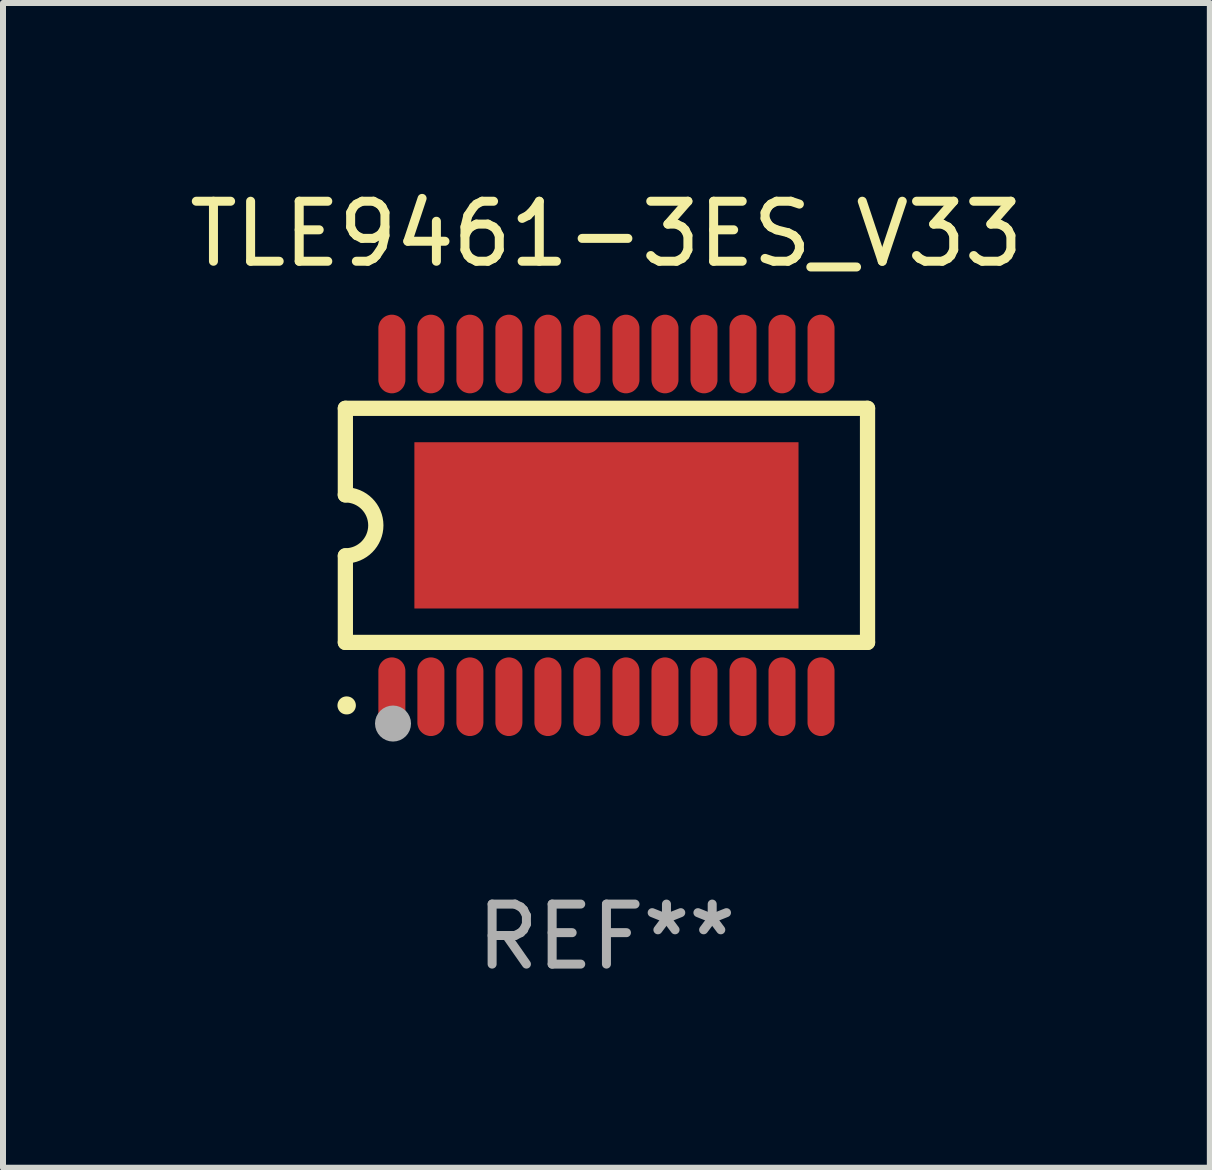
<source format=kicad_pcb>
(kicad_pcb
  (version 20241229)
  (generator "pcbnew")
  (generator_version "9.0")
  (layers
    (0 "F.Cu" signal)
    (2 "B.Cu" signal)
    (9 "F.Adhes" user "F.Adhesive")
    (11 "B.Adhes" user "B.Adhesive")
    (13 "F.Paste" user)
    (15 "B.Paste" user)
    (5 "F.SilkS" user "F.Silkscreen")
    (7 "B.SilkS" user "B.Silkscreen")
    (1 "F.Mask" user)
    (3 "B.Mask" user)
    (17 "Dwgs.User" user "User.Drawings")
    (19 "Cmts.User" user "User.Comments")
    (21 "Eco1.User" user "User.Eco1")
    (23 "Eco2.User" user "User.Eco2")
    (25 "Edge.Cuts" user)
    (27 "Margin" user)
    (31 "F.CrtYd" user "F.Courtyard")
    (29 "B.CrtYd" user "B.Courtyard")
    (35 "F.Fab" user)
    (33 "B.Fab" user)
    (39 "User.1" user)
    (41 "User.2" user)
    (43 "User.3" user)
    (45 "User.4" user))
  (footprint "TLE9461-3ES_V33"
    (layer "F.Cu")
    (at 7.054 5.703)
    (property "Reference" "TLE9461-3ES_V33" (at 0 -4.855 0) (layer "F.SilkS") (effects (font (size 1 1) (thickness 0.15))))
    (attr through_hole)
    (fp_line (start -4.35 -1.95) (end -4.35 -0.508) (stroke (width 0.254) (type solid)) (layer "F.SilkS"))
    (fp_line (start -4.35 -1.95) (end 4.35 -1.95) (stroke (width 0.254) (type solid)) (layer "F.SilkS"))
    (fp_line (start -4.35 1.95) (end -4.35 0.508) (stroke (width 0.254) (type solid)) (layer "F.SilkS"))
    (fp_line (start -4.35 1.95) (end 4.35 1.95) (stroke (width 0.254) (type solid)) (layer "F.SilkS"))
    (fp_line (start 4.35 -1.95) (end 4.35 1.95) (stroke (width 0.254) (type solid)) (layer "F.SilkS"))
    (fp_arc (start -4.351028 -0.508) (mid -3.843028 -0.000507) (end -4.350013 0.508001) (stroke (width 0.254001) (type solid)) (layer "F.SilkS"))
    (fp_arc (start -4.331656 2.999858) (mid -4.328332 2.999895) (end -4.325009 3.000005) (stroke (width 0.3) (type solid)) (layer "F.SilkS"))
    (fp_circle (center -4.325 3) (end -4.295 3) (stroke (width 0.06) (type solid)) (fill no) (layer "F.SilkS"))
    (fp_circle (center -3.556 3.302) (end -3.406 3.302) (stroke (width 0.3) (type solid)) (fill no) (layer "F.Fab"))
    (fp_text user "REF**" (at 0 6.855 0) (layer "F.Fab") (effects (font (size 1 1) (thickness 0.15))))
    (pad "1" smd custom (at -3.575 2.855 180) (size 0.45 1.31) (layers "F.Cu" "F.Mask" "F.Paste") (options (anchor circle)) (primitives (gr_poly (pts (xy -0.225 -0.43) (xy -0.224 -0.455) (xy -0.219 -0.48) (xy -0.212 -0.504) (xy -0.203 -0.528) (xy -0.19 -0.55) (xy -0.176 -0.57) (xy -0.159 -0.589) (xy -0.14 -0.606) (xy -0.12 -0.62) (xy -0.098 -0.633) (xy -0.074 -0.642) (xy -0.05 -0.649) (xy -0.025 -0.654) (xy 0.000051 -0.655) (xy 0.025 -0.654) (xy 0.05 -0.649) (xy 0.074 -0.642) (xy 0.098 -0.633) (xy 0.12 -0.62) (xy 0.14 -0.606) (xy 0.159 -0.589) (xy 0.176 -0.57) (xy 0.191 -0.55) (xy 0.203 -0.528) (xy 0.212 -0.504) (xy 0.219 -0.48) (xy 0.224 -0.455) (xy 0.225 -0.43) (xy 0.225 0.43) (xy 0.224 0.455) (xy 0.219 0.48) (xy 0.212 0.504) (xy 0.203 0.528) (xy 0.191 0.55) (xy 0.176 0.57) (xy 0.159 0.589) (xy 0.14 0.606) (xy 0.12 0.621) (xy 0.098 0.633) (xy 0.074 0.642) (xy 0.05 0.649) (xy 0.025 0.654) (xy 0.000051 0.655) (xy -0.025 0.654) (xy -0.05 0.649) (xy -0.074 0.642) (xy -0.098 0.633) (xy -0.12 0.621) (xy -0.14 0.606) (xy -0.159 0.589) (xy -0.176 0.57) (xy -0.19 0.55) (xy -0.203 0.528) (xy -0.212 0.504) (xy -0.219 0.48) (xy -0.224 0.455) (xy -0.225 0.43)) (width 0) (fill yes))))
    (pad "2" smd custom (at -2.925 2.855 180) (size 0.45 1.31) (layers "F.Cu" "F.Mask" "F.Paste") (options (anchor circle)) (primitives (gr_poly (pts (xy -0.225 -0.43) (xy -0.224 -0.455) (xy -0.219 -0.48) (xy -0.212 -0.504) (xy -0.203 -0.528) (xy -0.19 -0.55) (xy -0.176 -0.57) (xy -0.159 -0.589) (xy -0.14 -0.606) (xy -0.12 -0.62) (xy -0.098 -0.633) (xy -0.074 -0.642) (xy -0.05 -0.649) (xy -0.025 -0.654) (xy 0.000076 -0.655) (xy 0.025 -0.654) (xy 0.05 -0.649) (xy 0.074 -0.642) (xy 0.098 -0.633) (xy 0.12 -0.62) (xy 0.14 -0.606) (xy 0.159 -0.589) (xy 0.176 -0.57) (xy 0.191 -0.55) (xy 0.203 -0.528) (xy 0.212 -0.504) (xy 0.219 -0.48) (xy 0.224 -0.455) (xy 0.225 -0.43) (xy 0.225 0.43) (xy 0.224 0.455) (xy 0.219 0.48) (xy 0.212 0.504) (xy 0.203 0.528) (xy 0.191 0.55) (xy 0.176 0.57) (xy 0.159 0.589) (xy 0.14 0.606) (xy 0.12 0.621) (xy 0.098 0.633) (xy 0.074 0.642) (xy 0.05 0.649) (xy 0.025 0.654) (xy 0.000076 0.655) (xy -0.025 0.654) (xy -0.05 0.649) (xy -0.074 0.642) (xy -0.098 0.633) (xy -0.12 0.621) (xy -0.14 0.606) (xy -0.159 0.589) (xy -0.176 0.57) (xy -0.19 0.55) (xy -0.203 0.528) (xy -0.212 0.504) (xy -0.219 0.48) (xy -0.224 0.455) (xy -0.225 0.43)) (width 0) (fill yes))))
    (pad "3" smd custom (at -2.275 2.855 180) (size 0.45 1.31) (layers "F.Cu" "F.Mask" "F.Paste") (options (anchor circle)) (primitives (gr_poly (pts (xy -0.225 -0.43) (xy -0.223 -0.455) (xy -0.219 -0.48) (xy -0.212 -0.504) (xy -0.203 -0.528) (xy -0.19 -0.55) (xy -0.176 -0.57) (xy -0.159 -0.589) (xy -0.14 -0.606) (xy -0.12 -0.62) (xy -0.098 -0.633) (xy -0.074 -0.642) (xy -0.05 -0.649) (xy -0.025 -0.654) (xy 0.000076 -0.655) (xy 0.025 -0.654) (xy 0.05 -0.649) (xy 0.074 -0.642) (xy 0.098 -0.633) (xy 0.12 -0.62) (xy 0.14 -0.606) (xy 0.159 -0.589) (xy 0.176 -0.57) (xy 0.191 -0.55) (xy 0.203 -0.528) (xy 0.212 -0.504) (xy 0.219 -0.48) (xy 0.224 -0.455) (xy 0.225 -0.43) (xy 0.225 0.43) (xy 0.224 0.455) (xy 0.219 0.48) (xy 0.212 0.504) (xy 0.203 0.528) (xy 0.191 0.55) (xy 0.176 0.57) (xy 0.159 0.589) (xy 0.14 0.606) (xy 0.12 0.621) (xy 0.098 0.633) (xy 0.074 0.642) (xy 0.05 0.649) (xy 0.025 0.654) (xy 0.000076 0.655) (xy -0.025 0.654) (xy -0.05 0.649) (xy -0.074 0.642) (xy -0.098 0.633) (xy -0.12 0.621) (xy -0.14 0.606) (xy -0.159 0.589) (xy -0.176 0.57) (xy -0.19 0.55) (xy -0.203 0.528) (xy -0.212 0.504) (xy -0.219 0.48) (xy -0.223 0.455) (xy -0.225 0.43)) (width 0) (fill yes))))
    (pad "4" smd custom (at -1.625 2.855 180) (size 0.45 1.31) (layers "F.Cu" "F.Mask" "F.Paste") (options (anchor circle)) (primitives (gr_poly (pts (xy -0.225 -0.43) (xy -0.223 -0.455) (xy -0.219 -0.48) (xy -0.212 -0.504) (xy -0.203 -0.528) (xy -0.19 -0.55) (xy -0.176 -0.57) (xy -0.159 -0.589) (xy -0.14 -0.606) (xy -0.12 -0.62) (xy -0.098 -0.633) (xy -0.074 -0.642) (xy -0.05 -0.649) (xy -0.025 -0.654) (xy 0.000102 -0.655) (xy 0.025 -0.654) (xy 0.05 -0.649) (xy 0.074 -0.642) (xy 0.098 -0.633) (xy 0.12 -0.62) (xy 0.14 -0.606) (xy 0.159 -0.589) (xy 0.176 -0.57) (xy 0.191 -0.55) (xy 0.203 -0.528) (xy 0.212 -0.504) (xy 0.219 -0.48) (xy 0.224 -0.455) (xy 0.225 -0.43) (xy 0.225 0.43) (xy 0.224 0.455) (xy 0.219 0.48) (xy 0.212 0.504) (xy 0.203 0.528) (xy 0.191 0.55) (xy 0.176 0.57) (xy 0.159 0.589) (xy 0.14 0.606) (xy 0.12 0.621) (xy 0.098 0.633) (xy 0.074 0.642) (xy 0.05 0.649) (xy 0.025 0.654) (xy 0.000102 0.655) (xy -0.025 0.654) (xy -0.05 0.649) (xy -0.074 0.642) (xy -0.098 0.633) (xy -0.12 0.621) (xy -0.14 0.606) (xy -0.159 0.589) (xy -0.176 0.57) (xy -0.19 0.55) (xy -0.203 0.528) (xy -0.212 0.504) (xy -0.219 0.48) (xy -0.223 0.455) (xy -0.225 0.43)) (width 0) (fill yes))))
    (pad "5" smd custom (at -0.975 2.855 180) (size 0.45 1.31) (layers "F.Cu" "F.Mask" "F.Paste") (options (anchor circle)) (primitives (gr_poly (pts (xy -0.225 -0.43) (xy -0.223 -0.455) (xy -0.219 -0.48) (xy -0.212 -0.504) (xy -0.203 -0.528) (xy -0.19 -0.55) (xy -0.176 -0.57) (xy -0.159 -0.589) (xy -0.14 -0.606) (xy -0.12 -0.62) (xy -0.098 -0.633) (xy -0.074 -0.642) (xy -0.05 -0.649) (xy -0.025 -0.654) (xy 0.000102 -0.655) (xy 0.025 -0.654) (xy 0.05 -0.649) (xy 0.074 -0.642) (xy 0.098 -0.633) (xy 0.12 -0.62) (xy 0.14 -0.606) (xy 0.159 -0.589) (xy 0.176 -0.57) (xy 0.191 -0.55) (xy 0.203 -0.528) (xy 0.212 -0.504) (xy 0.219 -0.48) (xy 0.224 -0.455) (xy 0.225 -0.43) (xy 0.225 0.43) (xy 0.224 0.455) (xy 0.219 0.48) (xy 0.212 0.504) (xy 0.203 0.528) (xy 0.191 0.55) (xy 0.176 0.57) (xy 0.159 0.589) (xy 0.14 0.606) (xy 0.12 0.621) (xy 0.098 0.633) (xy 0.074 0.642) (xy 0.05 0.649) (xy 0.025 0.654) (xy 0.000102 0.655) (xy -0.025 0.654) (xy -0.05 0.649) (xy -0.074 0.642) (xy -0.098 0.633) (xy -0.12 0.621) (xy -0.14 0.606) (xy -0.159 0.589) (xy -0.176 0.57) (xy -0.19 0.55) (xy -0.203 0.528) (xy -0.212 0.504) (xy -0.219 0.48) (xy -0.223 0.455) (xy -0.225 0.43)) (width 0) (fill yes))))
    (pad "6" smd custom (at -0.325 2.855 180) (size 0.45 1.31) (layers "F.Cu" "F.Mask" "F.Paste") (options (anchor circle)) (primitives (gr_poly (pts (xy -0.225 -0.43) (xy -0.223 -0.455) (xy -0.219 -0.48) (xy -0.212 -0.504) (xy -0.203 -0.528) (xy -0.19 -0.55) (xy -0.176 -0.57) (xy -0.159 -0.589) (xy -0.14 -0.606) (xy -0.12 -0.62) (xy -0.098 -0.633) (xy -0.074 -0.642) (xy -0.05 -0.649) (xy -0.025 -0.654) (xy 0.000127 -0.655) (xy 0.025 -0.654) (xy 0.05 -0.649) (xy 0.074 -0.642) (xy 0.098 -0.633) (xy 0.12 -0.62) (xy 0.14 -0.606) (xy 0.159 -0.589) (xy 0.176 -0.57) (xy 0.191 -0.55) (xy 0.203 -0.528) (xy 0.212 -0.504) (xy 0.219 -0.48) (xy 0.224 -0.455) (xy 0.225 -0.43) (xy 0.225 0.43) (xy 0.224 0.455) (xy 0.219 0.48) (xy 0.212 0.504) (xy 0.203 0.528) (xy 0.191 0.55) (xy 0.176 0.57) (xy 0.159 0.589) (xy 0.14 0.606) (xy 0.12 0.621) (xy 0.098 0.633) (xy 0.074 0.642) (xy 0.05 0.649) (xy 0.025 0.654) (xy 0.000127 0.655) (xy -0.025 0.654) (xy -0.05 0.649) (xy -0.074 0.642) (xy -0.098 0.633) (xy -0.12 0.621) (xy -0.14 0.606) (xy -0.159 0.589) (xy -0.176 0.57) (xy -0.19 0.55) (xy -0.203 0.528) (xy -0.212 0.504) (xy -0.219 0.48) (xy -0.223 0.455) (xy -0.225 0.43)) (width 0) (fill yes))))
    (pad "7" smd custom (at 0.325 2.855 180) (size 0.45 1.31) (layers "F.Cu" "F.Mask" "F.Paste") (options (anchor circle)) (primitives (gr_poly (pts (xy -0.225 -0.43) (xy -0.224 -0.455) (xy -0.219 -0.48) (xy -0.212 -0.504) (xy -0.203 -0.528) (xy -0.191 -0.55) (xy -0.176 -0.57) (xy -0.159 -0.589) (xy -0.14 -0.606) (xy -0.12 -0.62) (xy -0.098 -0.633) (xy -0.074 -0.642) (xy -0.05 -0.649) (xy -0.025 -0.654) (xy -0.000127 -0.655) (xy 0.025 -0.654) (xy 0.05 -0.649) (xy 0.074 -0.642) (xy 0.098 -0.633) (xy 0.12 -0.62) (xy 0.14 -0.606) (xy 0.159 -0.589) (xy 0.176 -0.57) (xy 0.19 -0.55) (xy 0.203 -0.528) (xy 0.212 -0.504) (xy 0.219 -0.48) (xy 0.223 -0.455) (xy 0.225 -0.43) (xy 0.225 0.43) (xy 0.223 0.455) (xy 0.219 0.48) (xy 0.212 0.504) (xy 0.203 0.528) (xy 0.19 0.55) (xy 0.176 0.57) (xy 0.159 0.589) (xy 0.14 0.606) (xy 0.12 0.621) (xy 0.098 0.633) (xy 0.074 0.642) (xy 0.05 0.649) (xy 0.025 0.654) (xy -0.000127 0.655) (xy -0.025 0.654) (xy -0.05 0.649) (xy -0.074 0.642) (xy -0.098 0.633) (xy -0.12 0.621) (xy -0.14 0.606) (xy -0.159 0.589) (xy -0.176 0.57) (xy -0.191 0.55) (xy -0.203 0.528) (xy -0.212 0.504) (xy -0.219 0.48) (xy -0.224 0.455) (xy -0.225 0.43)) (width 0) (fill yes))))
    (pad "8" smd custom (at 0.975 2.855 180) (size 0.45 1.31) (layers "F.Cu" "F.Mask" "F.Paste") (options (anchor circle)) (primitives (gr_poly (pts (xy -0.225 -0.43) (xy -0.224 -0.455) (xy -0.219 -0.48) (xy -0.212 -0.504) (xy -0.203 -0.528) (xy -0.191 -0.55) (xy -0.176 -0.57) (xy -0.159 -0.589) (xy -0.14 -0.606) (xy -0.12 -0.62) (xy -0.098 -0.633) (xy -0.074 -0.642) (xy -0.05 -0.649) (xy -0.025 -0.654) (xy -0.000102 -0.655) (xy 0.025 -0.654) (xy 0.05 -0.649) (xy 0.074 -0.642) (xy 0.098 -0.633) (xy 0.12 -0.62) (xy 0.14 -0.606) (xy 0.159 -0.589) (xy 0.176 -0.57) (xy 0.19 -0.55) (xy 0.203 -0.528) (xy 0.212 -0.504) (xy 0.219 -0.48) (xy 0.223 -0.455) (xy 0.225 -0.43) (xy 0.225 0.43) (xy 0.223 0.455) (xy 0.219 0.48) (xy 0.212 0.504) (xy 0.203 0.528) (xy 0.19 0.55) (xy 0.176 0.57) (xy 0.159 0.589) (xy 0.14 0.606) (xy 0.12 0.621) (xy 0.098 0.633) (xy 0.074 0.642) (xy 0.05 0.649) (xy 0.025 0.654) (xy -0.000102 0.655) (xy -0.025 0.654) (xy -0.05 0.649) (xy -0.074 0.642) (xy -0.098 0.633) (xy -0.12 0.621) (xy -0.14 0.606) (xy -0.159 0.589) (xy -0.176 0.57) (xy -0.191 0.55) (xy -0.203 0.528) (xy -0.212 0.504) (xy -0.219 0.48) (xy -0.224 0.455) (xy -0.225 0.43)) (width 0) (fill yes))))
    (pad "9" smd custom (at 1.625 2.855 180) (size 0.45 1.31) (layers "F.Cu" "F.Mask" "F.Paste") (options (anchor circle)) (primitives (gr_poly (pts (xy -0.225 -0.43) (xy -0.224 -0.455) (xy -0.219 -0.48) (xy -0.212 -0.504) (xy -0.203 -0.528) (xy -0.191 -0.55) (xy -0.176 -0.57) (xy -0.159 -0.589) (xy -0.14 -0.606) (xy -0.12 -0.62) (xy -0.098 -0.633) (xy -0.074 -0.642) (xy -0.05 -0.649) (xy -0.025 -0.654) (xy -0.000102 -0.655) (xy 0.025 -0.654) (xy 0.05 -0.649) (xy 0.074 -0.642) (xy 0.098 -0.633) (xy 0.12 -0.62) (xy 0.14 -0.606) (xy 0.159 -0.589) (xy 0.176 -0.57) (xy 0.19 -0.55) (xy 0.203 -0.528) (xy 0.212 -0.504) (xy 0.219 -0.48) (xy 0.223 -0.455) (xy 0.225 -0.43) (xy 0.225 0.43) (xy 0.223 0.455) (xy 0.219 0.48) (xy 0.212 0.504) (xy 0.203 0.528) (xy 0.19 0.55) (xy 0.176 0.57) (xy 0.159 0.589) (xy 0.14 0.606) (xy 0.12 0.621) (xy 0.098 0.633) (xy 0.074 0.642) (xy 0.05 0.649) (xy 0.025 0.654) (xy -0.000102 0.655) (xy -0.025 0.654) (xy -0.05 0.649) (xy -0.074 0.642) (xy -0.098 0.633) (xy -0.12 0.621) (xy -0.14 0.606) (xy -0.159 0.589) (xy -0.176 0.57) (xy -0.191 0.55) (xy -0.203 0.528) (xy -0.212 0.504) (xy -0.219 0.48) (xy -0.224 0.455) (xy -0.225 0.43)) (width 0) (fill yes))))
    (pad "10" smd custom (at 2.275 2.855 180) (size 0.45 1.31) (layers "F.Cu" "F.Mask" "F.Paste") (options (anchor circle)) (primitives (gr_poly (pts (xy -0.225 -0.43) (xy -0.224 -0.455) (xy -0.219 -0.48) (xy -0.212 -0.504) (xy -0.203 -0.528) (xy -0.191 -0.55) (xy -0.176 -0.57) (xy -0.159 -0.589) (xy -0.14 -0.606) (xy -0.12 -0.62) (xy -0.098 -0.633) (xy -0.074 -0.642) (xy -0.05 -0.649) (xy -0.025 -0.654) (xy -0.000076 -0.655) (xy 0.025 -0.654) (xy 0.05 -0.649) (xy 0.074 -0.642) (xy 0.098 -0.633) (xy 0.12 -0.62) (xy 0.14 -0.606) (xy 0.159 -0.589) (xy 0.176 -0.57) (xy 0.19 -0.55) (xy 0.203 -0.528) (xy 0.212 -0.504) (xy 0.219 -0.48) (xy 0.224 -0.455) (xy 0.225 -0.43) (xy 0.225 0.43) (xy 0.224 0.455) (xy 0.219 0.48) (xy 0.212 0.504) (xy 0.203 0.528) (xy 0.19 0.55) (xy 0.176 0.57) (xy 0.159 0.589) (xy 0.14 0.606) (xy 0.12 0.621) (xy 0.098 0.633) (xy 0.074 0.642) (xy 0.05 0.649) (xy 0.025 0.654) (xy -0.000076 0.655) (xy -0.025 0.654) (xy -0.05 0.649) (xy -0.074 0.642) (xy -0.098 0.633) (xy -0.12 0.621) (xy -0.14 0.606) (xy -0.159 0.589) (xy -0.176 0.57) (xy -0.191 0.55) (xy -0.203 0.528) (xy -0.212 0.504) (xy -0.219 0.48) (xy -0.224 0.455) (xy -0.225 0.43)) (width 0) (fill yes))))
    (pad "11" smd custom (at 2.925 2.855 180) (size 0.45 1.31) (layers "F.Cu" "F.Mask" "F.Paste") (options (anchor circle)) (primitives (gr_poly (pts (xy -0.225 -0.43) (xy -0.224 -0.455) (xy -0.219 -0.48) (xy -0.212 -0.504) (xy -0.203 -0.528) (xy -0.191 -0.55) (xy -0.176 -0.57) (xy -0.159 -0.589) (xy -0.14 -0.606) (xy -0.12 -0.62) (xy -0.098 -0.633) (xy -0.074 -0.642) (xy -0.05 -0.649) (xy -0.025 -0.654) (xy -0.000051 -0.655) (xy 0.025 -0.654) (xy 0.05 -0.649) (xy 0.074 -0.642) (xy 0.098 -0.633) (xy 0.12 -0.62) (xy 0.14 -0.606) (xy 0.159 -0.589) (xy 0.176 -0.57) (xy 0.19 -0.55) (xy 0.203 -0.528) (xy 0.212 -0.504) (xy 0.219 -0.48) (xy 0.224 -0.455) (xy 0.225 -0.43) (xy 0.225 0.43) (xy 0.224 0.455) (xy 0.219 0.48) (xy 0.212 0.504) (xy 0.203 0.528) (xy 0.19 0.55) (xy 0.176 0.57) (xy 0.159 0.589) (xy 0.14 0.606) (xy 0.12 0.621) (xy 0.098 0.633) (xy 0.074 0.642) (xy 0.05 0.649) (xy 0.025 0.654) (xy -0.000051 0.655) (xy -0.025 0.654) (xy -0.05 0.649) (xy -0.074 0.642) (xy -0.098 0.633) (xy -0.12 0.621) (xy -0.14 0.606) (xy -0.159 0.589) (xy -0.176 0.57) (xy -0.191 0.55) (xy -0.203 0.528) (xy -0.212 0.504) (xy -0.219 0.48) (xy -0.224 0.455) (xy -0.225 0.43)) (width 0) (fill yes))))
    (pad "12" smd custom (at 3.575 2.855 180) (size 0.45 1.31) (layers "F.Cu" "F.Mask" "F.Paste") (options (anchor circle)) (primitives (gr_poly (pts (xy -0.225 -0.43) (xy -0.224 -0.455) (xy -0.219 -0.48) (xy -0.212 -0.504) (xy -0.203 -0.528) (xy -0.191 -0.55) (xy -0.176 -0.57) (xy -0.159 -0.589) (xy -0.14 -0.606) (xy -0.12 -0.62) (xy -0.098 -0.633) (xy -0.074 -0.642) (xy -0.05 -0.649) (xy -0.025 -0.654) (xy -0.000051 -0.655) (xy 0.025 -0.654) (xy 0.05 -0.649) (xy 0.074 -0.642) (xy 0.098 -0.633) (xy 0.12 -0.62) (xy 0.14 -0.606) (xy 0.159 -0.589) (xy 0.176 -0.57) (xy 0.19 -0.55) (xy 0.203 -0.528) (xy 0.212 -0.504) (xy 0.219 -0.48) (xy 0.224 -0.455) (xy 0.225 -0.43) (xy 0.225 0.43) (xy 0.224 0.455) (xy 0.219 0.48) (xy 0.212 0.504) (xy 0.203 0.528) (xy 0.19 0.55) (xy 0.176 0.57) (xy 0.159 0.589) (xy 0.14 0.606) (xy 0.12 0.621) (xy 0.098 0.633) (xy 0.074 0.642) (xy 0.05 0.649) (xy 0.025 0.654) (xy -0.000051 0.655) (xy -0.025 0.654) (xy -0.05 0.649) (xy -0.074 0.642) (xy -0.098 0.633) (xy -0.12 0.621) (xy -0.14 0.606) (xy -0.159 0.589) (xy -0.176 0.57) (xy -0.191 0.55) (xy -0.203 0.528) (xy -0.212 0.504) (xy -0.219 0.48) (xy -0.224 0.455) (xy -0.225 0.43)) (width 0) (fill yes))))
    (pad "13" smd custom (at 3.575 -2.855 180) (size 0.45 1.31) (layers "F.Cu" "F.Mask" "F.Paste") (options (anchor circle)) (primitives (gr_poly (pts (xy -0.225 -0.43) (xy -0.224 -0.455) (xy -0.219 -0.48) (xy -0.212 -0.504) (xy -0.203 -0.528) (xy -0.191 -0.55) (xy -0.176 -0.57) (xy -0.159 -0.589) (xy -0.14 -0.606) (xy -0.12 -0.621) (xy -0.098 -0.633) (xy -0.074 -0.642) (xy -0.05 -0.649) (xy -0.025 -0.654) (xy -0.000051 -0.655) (xy 0.025 -0.654) (xy 0.05 -0.649) (xy 0.074 -0.642) (xy 0.098 -0.633) (xy 0.12 -0.621) (xy 0.14 -0.606) (xy 0.159 -0.589) (xy 0.176 -0.57) (xy 0.19 -0.55) (xy 0.203 -0.528) (xy 0.212 -0.504) (xy 0.219 -0.48) (xy 0.224 -0.455) (xy 0.225 -0.43) (xy 0.225 0.43) (xy 0.224 0.455) (xy 0.219 0.48) (xy 0.212 0.504) (xy 0.203 0.528) (xy 0.19 0.55) (xy 0.176 0.57) (xy 0.159 0.589) (xy 0.14 0.606) (xy 0.12 0.62) (xy 0.098 0.633) (xy 0.074 0.642) (xy 0.05 0.649) (xy 0.025 0.654) (xy -0.000051 0.655) (xy -0.025 0.654) (xy -0.05 0.649) (xy -0.074 0.642) (xy -0.098 0.633) (xy -0.12 0.62) (xy -0.14 0.606) (xy -0.159 0.589) (xy -0.176 0.57) (xy -0.191 0.55) (xy -0.203 0.528) (xy -0.212 0.504) (xy -0.219 0.48) (xy -0.224 0.455) (xy -0.225 0.43)) (width 0) (fill yes))))
    (pad "14" smd custom (at 2.925 -2.855 180) (size 0.45 1.31) (layers "F.Cu" "F.Mask" "F.Paste") (options (anchor circle)) (primitives (gr_poly (pts (xy -0.225 -0.43) (xy -0.224 -0.455) (xy -0.219 -0.48) (xy -0.212 -0.504) (xy -0.203 -0.528) (xy -0.191 -0.55) (xy -0.176 -0.57) (xy -0.159 -0.589) (xy -0.14 -0.606) (xy -0.12 -0.621) (xy -0.098 -0.633) (xy -0.074 -0.642) (xy -0.05 -0.649) (xy -0.025 -0.654) (xy -0.000051 -0.655) (xy 0.025 -0.654) (xy 0.05 -0.649) (xy 0.074 -0.642) (xy 0.098 -0.633) (xy 0.12 -0.621) (xy 0.14 -0.606) (xy 0.159 -0.589) (xy 0.176 -0.57) (xy 0.19 -0.55) (xy 0.203 -0.528) (xy 0.212 -0.504) (xy 0.219 -0.48) (xy 0.224 -0.455) (xy 0.225 -0.43) (xy 0.225 0.43) (xy 0.224 0.455) (xy 0.219 0.48) (xy 0.212 0.504) (xy 0.203 0.528) (xy 0.19 0.55) (xy 0.176 0.57) (xy 0.159 0.589) (xy 0.14 0.606) (xy 0.12 0.62) (xy 0.098 0.633) (xy 0.074 0.642) (xy 0.05 0.649) (xy 0.025 0.654) (xy -0.000051 0.655) (xy -0.025 0.654) (xy -0.05 0.649) (xy -0.074 0.642) (xy -0.098 0.633) (xy -0.12 0.62) (xy -0.14 0.606) (xy -0.159 0.589) (xy -0.176 0.57) (xy -0.191 0.55) (xy -0.203 0.528) (xy -0.212 0.504) (xy -0.219 0.48) (xy -0.224 0.455) (xy -0.225 0.43)) (width 0) (fill yes))))
    (pad "15" smd custom (at 2.275 -2.855 180) (size 0.45 1.31) (layers "F.Cu" "F.Mask" "F.Paste") (options (anchor circle)) (primitives (gr_poly (pts (xy -0.225 -0.43) (xy -0.224 -0.455) (xy -0.219 -0.48) (xy -0.212 -0.504) (xy -0.203 -0.528) (xy -0.191 -0.55) (xy -0.176 -0.57) (xy -0.159 -0.589) (xy -0.14 -0.606) (xy -0.12 -0.621) (xy -0.098 -0.633) (xy -0.074 -0.642) (xy -0.05 -0.649) (xy -0.025 -0.654) (xy -0.000076 -0.655) (xy 0.025 -0.654) (xy 0.05 -0.649) (xy 0.074 -0.642) (xy 0.098 -0.633) (xy 0.12 -0.621) (xy 0.14 -0.606) (xy 0.159 -0.589) (xy 0.176 -0.57) (xy 0.19 -0.55) (xy 0.203 -0.528) (xy 0.212 -0.504) (xy 0.219 -0.48) (xy 0.224 -0.455) (xy 0.225 -0.43) (xy 0.225 0.43) (xy 0.224 0.455) (xy 0.219 0.48) (xy 0.212 0.504) (xy 0.203 0.528) (xy 0.19 0.55) (xy 0.176 0.57) (xy 0.159 0.589) (xy 0.14 0.606) (xy 0.12 0.62) (xy 0.098 0.633) (xy 0.074 0.642) (xy 0.05 0.649) (xy 0.025 0.654) (xy -0.000076 0.655) (xy -0.025 0.654) (xy -0.05 0.649) (xy -0.074 0.642) (xy -0.098 0.633) (xy -0.12 0.62) (xy -0.14 0.606) (xy -0.159 0.589) (xy -0.176 0.57) (xy -0.191 0.55) (xy -0.203 0.528) (xy -0.212 0.504) (xy -0.219 0.48) (xy -0.224 0.455) (xy -0.225 0.43)) (width 0) (fill yes))))
    (pad "16" smd custom (at 1.625 -2.855 180) (size 0.45 1.31) (layers "F.Cu" "F.Mask" "F.Paste") (options (anchor circle)) (primitives (gr_poly (pts (xy -0.225 -0.43) (xy -0.224 -0.455) (xy -0.219 -0.48) (xy -0.212 -0.504) (xy -0.203 -0.528) (xy -0.191 -0.55) (xy -0.176 -0.57) (xy -0.159 -0.589) (xy -0.14 -0.606) (xy -0.12 -0.621) (xy -0.098 -0.633) (xy -0.074 -0.642) (xy -0.05 -0.649) (xy -0.025 -0.654) (xy -0.000102 -0.655) (xy 0.025 -0.654) (xy 0.05 -0.649) (xy 0.074 -0.642) (xy 0.098 -0.633) (xy 0.12 -0.621) (xy 0.14 -0.606) (xy 0.159 -0.589) (xy 0.176 -0.57) (xy 0.19 -0.55) (xy 0.203 -0.528) (xy 0.212 -0.504) (xy 0.219 -0.48) (xy 0.223 -0.455) (xy 0.225 -0.43) (xy 0.225 0.43) (xy 0.223 0.455) (xy 0.219 0.48) (xy 0.212 0.504) (xy 0.203 0.528) (xy 0.19 0.55) (xy 0.176 0.57) (xy 0.159 0.589) (xy 0.14 0.606) (xy 0.12 0.62) (xy 0.098 0.633) (xy 0.074 0.642) (xy 0.05 0.649) (xy 0.025 0.654) (xy -0.000102 0.655) (xy -0.025 0.654) (xy -0.05 0.649) (xy -0.074 0.642) (xy -0.098 0.633) (xy -0.12 0.62) (xy -0.14 0.606) (xy -0.159 0.589) (xy -0.176 0.57) (xy -0.191 0.55) (xy -0.203 0.528) (xy -0.212 0.504) (xy -0.219 0.48) (xy -0.224 0.455) (xy -0.225 0.43)) (width 0) (fill yes))))
    (pad "17" smd custom (at 0.975 -2.855 180) (size 0.45 1.31) (layers "F.Cu" "F.Mask" "F.Paste") (options (anchor circle)) (primitives (gr_poly (pts (xy -0.225 -0.43) (xy -0.224 -0.455) (xy -0.219 -0.48) (xy -0.212 -0.504) (xy -0.203 -0.528) (xy -0.191 -0.55) (xy -0.176 -0.57) (xy -0.159 -0.589) (xy -0.14 -0.606) (xy -0.12 -0.621) (xy -0.098 -0.633) (xy -0.074 -0.642) (xy -0.05 -0.649) (xy -0.025 -0.654) (xy -0.000102 -0.655) (xy 0.025 -0.654) (xy 0.05 -0.649) (xy 0.074 -0.642) (xy 0.098 -0.633) (xy 0.12 -0.621) (xy 0.14 -0.606) (xy 0.159 -0.589) (xy 0.176 -0.57) (xy 0.19 -0.55) (xy 0.203 -0.528) (xy 0.212 -0.504) (xy 0.219 -0.48) (xy 0.223 -0.455) (xy 0.225 -0.43) (xy 0.225 0.43) (xy 0.223 0.455) (xy 0.219 0.48) (xy 0.212 0.504) (xy 0.203 0.528) (xy 0.19 0.55) (xy 0.176 0.57) (xy 0.159 0.589) (xy 0.14 0.606) (xy 0.12 0.62) (xy 0.098 0.633) (xy 0.074 0.642) (xy 0.05 0.649) (xy 0.025 0.654) (xy -0.000102 0.655) (xy -0.025 0.654) (xy -0.05 0.649) (xy -0.074 0.642) (xy -0.098 0.633) (xy -0.12 0.62) (xy -0.14 0.606) (xy -0.159 0.589) (xy -0.176 0.57) (xy -0.191 0.55) (xy -0.203 0.528) (xy -0.212 0.504) (xy -0.219 0.48) (xy -0.224 0.455) (xy -0.225 0.43)) (width 0) (fill yes))))
    (pad "18" smd custom (at 0.325 -2.855 180) (size 0.45 1.31) (layers "F.Cu" "F.Mask" "F.Paste") (options (anchor circle)) (primitives (gr_poly (pts (xy -0.225 -0.43) (xy -0.224 -0.455) (xy -0.219 -0.48) (xy -0.212 -0.504) (xy -0.203 -0.528) (xy -0.191 -0.55) (xy -0.176 -0.57) (xy -0.159 -0.589) (xy -0.14 -0.606) (xy -0.12 -0.621) (xy -0.098 -0.633) (xy -0.074 -0.642) (xy -0.05 -0.649) (xy -0.025 -0.654) (xy -0.000127 -0.655) (xy 0.025 -0.654) (xy 0.05 -0.649) (xy 0.074 -0.642) (xy 0.098 -0.633) (xy 0.12 -0.621) (xy 0.14 -0.606) (xy 0.159 -0.589) (xy 0.176 -0.57) (xy 0.19 -0.55) (xy 0.203 -0.528) (xy 0.212 -0.504) (xy 0.219 -0.48) (xy 0.223 -0.455) (xy 0.225 -0.43) (xy 0.225 0.43) (xy 0.223 0.455) (xy 0.219 0.48) (xy 0.212 0.504) (xy 0.203 0.528) (xy 0.19 0.55) (xy 0.176 0.57) (xy 0.159 0.589) (xy 0.14 0.606) (xy 0.12 0.62) (xy 0.098 0.633) (xy 0.074 0.642) (xy 0.05 0.649) (xy 0.025 0.654) (xy -0.000127 0.655) (xy -0.025 0.654) (xy -0.05 0.649) (xy -0.074 0.642) (xy -0.098 0.633) (xy -0.12 0.62) (xy -0.14 0.606) (xy -0.159 0.589) (xy -0.176 0.57) (xy -0.191 0.55) (xy -0.203 0.528) (xy -0.212 0.504) (xy -0.219 0.48) (xy -0.224 0.455) (xy -0.225 0.43)) (width 0) (fill yes))))
    (pad "19" smd custom (at -0.325 -2.855 180) (size 0.45 1.31) (layers "F.Cu" "F.Mask" "F.Paste") (options (anchor circle)) (primitives (gr_poly (pts (xy -0.225 -0.43) (xy -0.223 -0.455) (xy -0.219 -0.48) (xy -0.212 -0.504) (xy -0.203 -0.528) (xy -0.19 -0.55) (xy -0.176 -0.57) (xy -0.159 -0.589) (xy -0.14 -0.606) (xy -0.12 -0.621) (xy -0.098 -0.633) (xy -0.074 -0.642) (xy -0.05 -0.649) (xy -0.025 -0.654) (xy 0.000127 -0.655) (xy 0.025 -0.654) (xy 0.05 -0.649) (xy 0.074 -0.642) (xy 0.098 -0.633) (xy 0.12 -0.621) (xy 0.14 -0.606) (xy 0.159 -0.589) (xy 0.176 -0.57) (xy 0.191 -0.55) (xy 0.203 -0.528) (xy 0.212 -0.504) (xy 0.219 -0.48) (xy 0.224 -0.455) (xy 0.225 -0.43) (xy 0.225 0.43) (xy 0.224 0.455) (xy 0.219 0.48) (xy 0.212 0.504) (xy 0.203 0.528) (xy 0.191 0.55) (xy 0.176 0.57) (xy 0.159 0.589) (xy 0.14 0.606) (xy 0.12 0.62) (xy 0.098 0.633) (xy 0.074 0.642) (xy 0.05 0.649) (xy 0.025 0.654) (xy 0.000127 0.655) (xy -0.025 0.654) (xy -0.05 0.649) (xy -0.074 0.642) (xy -0.098 0.633) (xy -0.12 0.62) (xy -0.14 0.606) (xy -0.159 0.589) (xy -0.176 0.57) (xy -0.19 0.55) (xy -0.203 0.528) (xy -0.212 0.504) (xy -0.219 0.48) (xy -0.223 0.455) (xy -0.225 0.43)) (width 0) (fill yes))))
    (pad "20" smd custom (at -0.975 -2.855 180) (size 0.45 1.31) (layers "F.Cu" "F.Mask" "F.Paste") (options (anchor circle)) (primitives (gr_poly (pts (xy -0.225 -0.43) (xy -0.223 -0.455) (xy -0.219 -0.48) (xy -0.212 -0.504) (xy -0.203 -0.528) (xy -0.19 -0.55) (xy -0.176 -0.57) (xy -0.159 -0.589) (xy -0.14 -0.606) (xy -0.12 -0.621) (xy -0.098 -0.633) (xy -0.074 -0.642) (xy -0.05 -0.649) (xy -0.025 -0.654) (xy 0.000102 -0.655) (xy 0.025 -0.654) (xy 0.05 -0.649) (xy 0.074 -0.642) (xy 0.098 -0.633) (xy 0.12 -0.621) (xy 0.14 -0.606) (xy 0.159 -0.589) (xy 0.176 -0.57) (xy 0.191 -0.55) (xy 0.203 -0.528) (xy 0.212 -0.504) (xy 0.219 -0.48) (xy 0.224 -0.455) (xy 0.225 -0.43) (xy 0.225 0.43) (xy 0.224 0.455) (xy 0.219 0.48) (xy 0.212 0.504) (xy 0.203 0.528) (xy 0.191 0.55) (xy 0.176 0.57) (xy 0.159 0.589) (xy 0.14 0.606) (xy 0.12 0.62) (xy 0.098 0.633) (xy 0.074 0.642) (xy 0.05 0.649) (xy 0.025 0.654) (xy 0.000102 0.655) (xy -0.025 0.654) (xy -0.05 0.649) (xy -0.074 0.642) (xy -0.098 0.633) (xy -0.12 0.62) (xy -0.14 0.606) (xy -0.159 0.589) (xy -0.176 0.57) (xy -0.19 0.55) (xy -0.203 0.528) (xy -0.212 0.504) (xy -0.219 0.48) (xy -0.223 0.455) (xy -0.225 0.43)) (width 0) (fill yes))))
    (pad "21" smd custom (at -1.625 -2.855 180) (size 0.45 1.31) (layers "F.Cu" "F.Mask" "F.Paste") (options (anchor circle)) (primitives (gr_poly (pts (xy -0.225 -0.43) (xy -0.223 -0.455) (xy -0.219 -0.48) (xy -0.212 -0.504) (xy -0.203 -0.528) (xy -0.19 -0.55) (xy -0.176 -0.57) (xy -0.159 -0.589) (xy -0.14 -0.606) (xy -0.12 -0.621) (xy -0.098 -0.633) (xy -0.074 -0.642) (xy -0.05 -0.649) (xy -0.025 -0.654) (xy 0.000102 -0.655) (xy 0.025 -0.654) (xy 0.05 -0.649) (xy 0.074 -0.642) (xy 0.098 -0.633) (xy 0.12 -0.621) (xy 0.14 -0.606) (xy 0.159 -0.589) (xy 0.176 -0.57) (xy 0.191 -0.55) (xy 0.203 -0.528) (xy 0.212 -0.504) (xy 0.219 -0.48) (xy 0.224 -0.455) (xy 0.225 -0.43) (xy 0.225 0.43) (xy 0.224 0.455) (xy 0.219 0.48) (xy 0.212 0.504) (xy 0.203 0.528) (xy 0.191 0.55) (xy 0.176 0.57) (xy 0.159 0.589) (xy 0.14 0.606) (xy 0.12 0.62) (xy 0.098 0.633) (xy 0.074 0.642) (xy 0.05 0.649) (xy 0.025 0.654) (xy 0.000102 0.655) (xy -0.025 0.654) (xy -0.05 0.649) (xy -0.074 0.642) (xy -0.098 0.633) (xy -0.12 0.62) (xy -0.14 0.606) (xy -0.159 0.589) (xy -0.176 0.57) (xy -0.19 0.55) (xy -0.203 0.528) (xy -0.212 0.504) (xy -0.219 0.48) (xy -0.223 0.455) (xy -0.225 0.43)) (width 0) (fill yes))))
    (pad "22" smd custom (at -2.275 -2.855 180) (size 0.45 1.31) (layers "F.Cu" "F.Mask" "F.Paste") (options (anchor circle)) (primitives (gr_poly (pts (xy -0.225 -0.43) (xy -0.223 -0.455) (xy -0.219 -0.48) (xy -0.212 -0.504) (xy -0.203 -0.528) (xy -0.19 -0.55) (xy -0.176 -0.57) (xy -0.159 -0.589) (xy -0.14 -0.606) (xy -0.12 -0.621) (xy -0.098 -0.633) (xy -0.074 -0.642) (xy -0.05 -0.649) (xy -0.025 -0.654) (xy 0.000076 -0.655) (xy 0.025 -0.654) (xy 0.05 -0.649) (xy 0.074 -0.642) (xy 0.098 -0.633) (xy 0.12 -0.621) (xy 0.14 -0.606) (xy 0.159 -0.589) (xy 0.176 -0.57) (xy 0.191 -0.55) (xy 0.203 -0.528) (xy 0.212 -0.504) (xy 0.219 -0.48) (xy 0.224 -0.455) (xy 0.225 -0.43) (xy 0.225 0.43) (xy 0.224 0.455) (xy 0.219 0.48) (xy 0.212 0.504) (xy 0.203 0.528) (xy 0.191 0.55) (xy 0.176 0.57) (xy 0.159 0.589) (xy 0.14 0.606) (xy 0.12 0.62) (xy 0.098 0.633) (xy 0.074 0.642) (xy 0.05 0.649) (xy 0.025 0.654) (xy 0.000076 0.655) (xy -0.025 0.654) (xy -0.05 0.649) (xy -0.074 0.642) (xy -0.098 0.633) (xy -0.12 0.62) (xy -0.14 0.606) (xy -0.159 0.589) (xy -0.176 0.57) (xy -0.19 0.55) (xy -0.203 0.528) (xy -0.212 0.504) (xy -0.219 0.48) (xy -0.223 0.455) (xy -0.225 0.43)) (width 0) (fill yes))))
    (pad "23" smd custom (at -2.925 -2.855 180) (size 0.45 1.31) (layers "F.Cu" "F.Mask" "F.Paste") (options (anchor circle)) (primitives (gr_poly (pts (xy -0.225 -0.43) (xy -0.224 -0.455) (xy -0.219 -0.48) (xy -0.212 -0.504) (xy -0.203 -0.528) (xy -0.19 -0.55) (xy -0.176 -0.57) (xy -0.159 -0.589) (xy -0.14 -0.606) (xy -0.12 -0.621) (xy -0.098 -0.633) (xy -0.074 -0.642) (xy -0.05 -0.649) (xy -0.025 -0.654) (xy 0.000076 -0.655) (xy 0.025 -0.654) (xy 0.05 -0.649) (xy 0.074 -0.642) (xy 0.098 -0.633) (xy 0.12 -0.621) (xy 0.14 -0.606) (xy 0.159 -0.589) (xy 0.176 -0.57) (xy 0.191 -0.55) (xy 0.203 -0.528) (xy 0.212 -0.504) (xy 0.219 -0.48) (xy 0.224 -0.455) (xy 0.225 -0.43) (xy 0.225 0.43) (xy 0.224 0.455) (xy 0.219 0.48) (xy 0.212 0.504) (xy 0.203 0.528) (xy 0.191 0.55) (xy 0.176 0.57) (xy 0.159 0.589) (xy 0.14 0.606) (xy 0.12 0.62) (xy 0.098 0.633) (xy 0.074 0.642) (xy 0.05 0.649) (xy 0.025 0.654) (xy 0.000076 0.655) (xy -0.025 0.654) (xy -0.05 0.649) (xy -0.074 0.642) (xy -0.098 0.633) (xy -0.12 0.62) (xy -0.14 0.606) (xy -0.159 0.589) (xy -0.176 0.57) (xy -0.19 0.55) (xy -0.203 0.528) (xy -0.212 0.504) (xy -0.219 0.48) (xy -0.224 0.455) (xy -0.225 0.43)) (width 0) (fill yes))))
    (pad "24" smd custom (at -3.575 -2.855 180) (size 0.45 1.31) (layers "F.Cu" "F.Mask" "F.Paste") (options (anchor circle)) (primitives (gr_poly (pts (xy -0.225 -0.43) (xy -0.224 -0.455) (xy -0.219 -0.48) (xy -0.212 -0.504) (xy -0.203 -0.528) (xy -0.19 -0.55) (xy -0.176 -0.57) (xy -0.159 -0.589) (xy -0.14 -0.606) (xy -0.12 -0.621) (xy -0.098 -0.633) (xy -0.074 -0.642) (xy -0.05 -0.649) (xy -0.025 -0.654) (xy 0.000051 -0.655) (xy 0.025 -0.654) (xy 0.05 -0.649) (xy 0.074 -0.642) (xy 0.098 -0.633) (xy 0.12 -0.621) (xy 0.14 -0.606) (xy 0.159 -0.589) (xy 0.176 -0.57) (xy 0.191 -0.55) (xy 0.203 -0.528) (xy 0.212 -0.504) (xy 0.219 -0.48) (xy 0.224 -0.455) (xy 0.225 -0.43) (xy 0.225 0.43) (xy 0.224 0.455) (xy 0.219 0.48) (xy 0.212 0.504) (xy 0.203 0.528) (xy 0.191 0.55) (xy 0.176 0.57) (xy 0.159 0.589) (xy 0.14 0.606) (xy 0.12 0.62) (xy 0.098 0.633) (xy 0.074 0.642) (xy 0.05 0.649) (xy 0.025 0.654) (xy 0.000051 0.655) (xy -0.025 0.654) (xy -0.05 0.649) (xy -0.074 0.642) (xy -0.098 0.633) (xy -0.12 0.62) (xy -0.14 0.606) (xy -0.159 0.589) (xy -0.176 0.57) (xy -0.19 0.55) (xy -0.203 0.528) (xy -0.212 0.504) (xy -0.219 0.48) (xy -0.224 0.455) (xy -0.225 0.43)) (width 0) (fill yes))))
    (pad "25" smd rect (at 0 0) (size 6.4 2.77) (layers "F.Cu" "F.Mask" "F.Paste")))
  (gr_rect
    (start -3 -3)
    (end 17.107 16.406)
    (stroke (width 0.1) (type default))
    (fill no)
    (layer "Edge.Cuts")))
</source>
